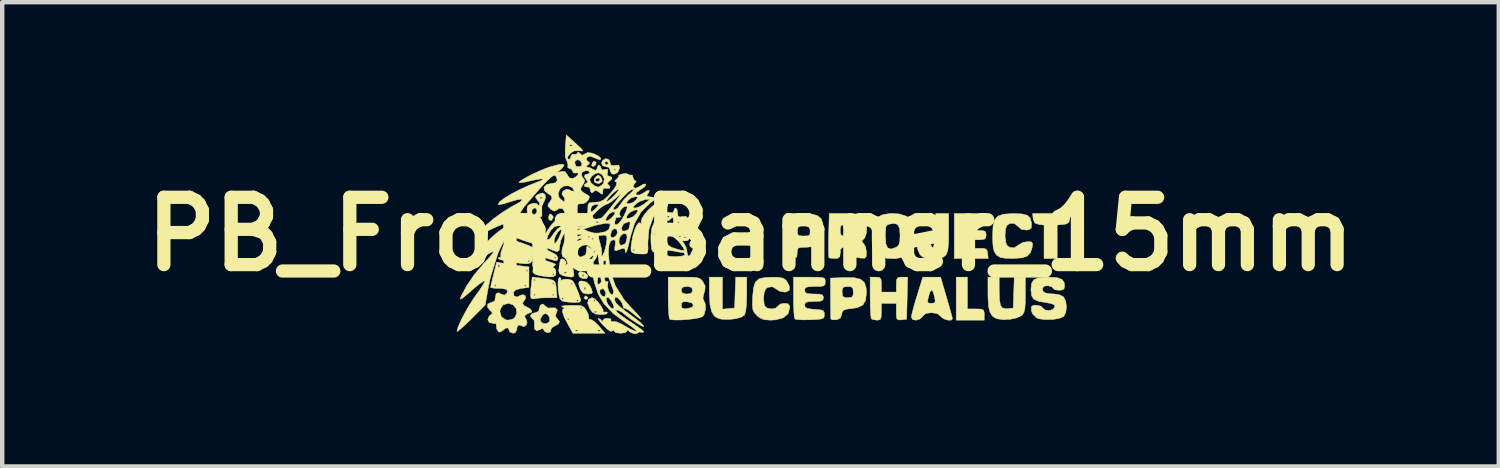
<source format=kicad_pcb>
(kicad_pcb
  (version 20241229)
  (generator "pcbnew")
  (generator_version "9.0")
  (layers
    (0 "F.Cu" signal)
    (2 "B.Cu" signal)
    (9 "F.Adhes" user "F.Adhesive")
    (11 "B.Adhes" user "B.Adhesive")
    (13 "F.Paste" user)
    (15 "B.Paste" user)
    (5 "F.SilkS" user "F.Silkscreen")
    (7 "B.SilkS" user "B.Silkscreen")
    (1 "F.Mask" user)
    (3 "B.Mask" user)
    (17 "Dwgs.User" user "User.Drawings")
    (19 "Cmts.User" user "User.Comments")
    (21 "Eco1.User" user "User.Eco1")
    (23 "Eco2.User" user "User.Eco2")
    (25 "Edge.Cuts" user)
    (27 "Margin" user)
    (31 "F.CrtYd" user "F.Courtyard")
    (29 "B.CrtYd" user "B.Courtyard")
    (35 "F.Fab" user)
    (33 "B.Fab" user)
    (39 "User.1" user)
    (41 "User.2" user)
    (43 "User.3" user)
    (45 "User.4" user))
  (footprint "PB_Front_Banner_15mm"
    (layer "F.Cu")
    (at 13.941 2.251)
    (property "Reference" "PB_Front_Banner_15mm" (at 0 0 0) (layer "F.SilkS") (effects (font (size 1.524 1.524) (thickness 0.3))))
    (attr through_hole)
    (fp_poly (pts (xy -3.495 -1.624) (xy -3.505 -1.569) (xy -3.549 -1.533) (xy -3.592 -1.545) (xy -3.592 -1.585) (xy -3.558 -1.645) (xy -3.535 -1.653) (xy -3.495 -1.624)) (stroke (width 0.01) (type solid)) (fill yes) (layer "F.SilkS"))
    (fp_poly (pts (xy -4.47 -0.403) (xy -4.466 -0.381) (xy -4.5 -0.317) (xy -4.519 -0.307) (xy -4.562 -0.327) (xy -4.572 -0.381) (xy -4.552 -0.448) (xy -4.519 -0.455) (xy -4.47 -0.403)) (stroke (width 0.01) (type solid)) (fill yes) (layer "F.SilkS"))
    (fp_poly (pts (xy -3.684 1.429) (xy -3.683 1.439) (xy -3.715 1.48) (xy -3.725 1.482) (xy -3.766 1.449) (xy -3.768 1.439) (xy -3.735 1.398) (xy -3.725 1.397) (xy -3.684 1.429)) (stroke (width 0.01) (type solid)) (fill yes) (layer "F.SilkS"))
    (fp_poly (pts (xy -1.242 0.408) (xy -1.236 0.42) (xy -1.256 0.459) (xy -1.291 0.466) (xy -1.344 0.444) (xy -1.347 0.42) (xy -1.303 0.376) (xy -1.291 0.375) (xy -1.242 0.408)) (stroke (width 0.01) (type solid)) (fill yes) (layer "F.SilkS"))
    (fp_poly (pts (xy 4.911 1.693) (xy 5.101 1.693) (xy 5.218 1.697) (xy 5.274 1.718) (xy 5.291 1.772) (xy 5.292 1.82) (xy 5.292 1.947) (xy 4.657 1.947) (xy 4.657 0.974) (xy 4.911 0.974) (xy 4.911 1.693)) (stroke (width 0.01) (type solid)) (fill yes) (layer "F.SilkS"))
    (fp_poly (pts (xy 7.231 -0.349) (xy 7.207 -0.265) (xy 7.141 -0.228) (xy 7.08 -0.22) (xy 6.943 -0.206) (xy 6.943 0.55) (xy 6.646 0.55) (xy 6.646 -0.206) (xy 6.53 -0.219) (xy 6.439 -0.25) (xy 6.403 -0.33) (xy 6.4 -0.349) (xy 6.387 -0.466) (xy 7.245 -0.466) (xy 7.231 -0.349)) (stroke (width 0.01) (type solid)) (fill yes) (layer "F.SilkS"))
    (fp_poly (pts (xy -4.08 -0.996) (xy -4.072 -0.924) (xy -4.109 -0.834) (xy -4.182 -0.821) (xy -4.229 -0.843) (xy -4.268 -0.904) (xy -4.266 -0.91) (xy -4.191 -0.91) (xy -4.17 -0.889) (xy -4.149 -0.91) (xy -4.17 -0.931) (xy -4.191 -0.91) (xy -4.266 -0.91) (xy -4.246 -0.971) (xy -4.177 -1.013) (xy -4.147 -1.016) (xy -4.08 -0.996)) (stroke (width 0.01) (type solid)) (fill yes) (layer "F.SilkS"))
    (fp_poly (pts (xy -3.756 0.87) (xy -3.692 0.926) (xy -3.683 0.957) (xy -3.715 1.007) (xy -3.802 1.002) (xy -3.842 0.988) (xy -3.884 0.943) (xy -3.886 0.931) (xy -3.81 0.931) (xy -3.795 0.966) (xy -3.782 0.96) (xy -3.777 0.909) (xy -3.782 0.903) (xy -3.807 0.909) (xy -3.81 0.931) (xy -3.886 0.931) (xy -3.892 0.882) (xy -3.862 0.847) (xy -3.856 0.847) (xy -3.756 0.87)) (stroke (width 0.01) (type solid)) (fill yes) (layer "F.SilkS"))
    (fp_poly (pts (xy -3.401 -1.308) (xy -3.39 -1.295) (xy -3.358 -1.223) (xy -3.364 -1.187) (xy -3.43 -1.146) (xy -3.509 -1.161) (xy -3.537 -1.189) (xy -3.536 -1.228) (xy -3.514 -1.228) (xy -3.483 -1.187) (xy -3.474 -1.185) (xy -3.416 -1.216) (xy -3.408 -1.228) (xy -3.417 -1.264) (xy -3.448 -1.27) (xy -3.506 -1.248) (xy -3.514 -1.228) (xy -3.536 -1.228) (xy -3.535 -1.253) (xy -3.504 -1.297) (xy -3.448 -1.337) (xy -3.401 -1.308)) (stroke (width 0.01) (type solid)) (fill yes) (layer "F.SilkS"))
    (fp_poly (pts (xy -3.707 1.088) (xy -3.627 1.182) (xy -3.602 1.239) (xy -3.578 1.32) (xy -3.605 1.35) (xy -3.685 1.355) (xy -3.789 1.334) (xy -3.848 1.26) (xy -3.853 1.246) (xy -3.859 1.228) (xy -3.768 1.228) (xy -3.752 1.263) (xy -3.739 1.256) (xy -3.734 1.206) (xy -3.739 1.199) (xy -3.765 1.205) (xy -3.768 1.228) (xy -3.859 1.228) (xy -3.889 1.132) (xy -3.881 1.075) (xy -3.827 1.059) (xy -3.821 1.059) (xy -3.707 1.088)) (stroke (width 0.01) (type solid)) (fill yes) (layer "F.SilkS"))
    (fp_poly (pts (xy -0.635 1.699) (xy -0.497 1.685) (xy -0.36 1.672) (xy -0.335 0.974) (xy -0.085 0.974) (xy -0.085 1.368) (xy -0.091 1.589) (xy -0.109 1.748) (xy -0.137 1.834) (xy -0.138 1.834) (xy -0.214 1.882) (xy -0.344 1.916) (xy -0.499 1.932) (xy -0.649 1.926) (xy -0.719 1.912) (xy -0.815 1.858) (xy -0.879 1.757) (xy -0.917 1.597) (xy -0.93 1.367) (xy -0.931 1.323) (xy -0.931 0.974) (xy -0.635 0.974) (xy -0.635 1.699)) (stroke (width 0.01) (type solid)) (fill yes) (layer "F.SilkS"))
    (fp_poly (pts (xy 4.487 -0.024) (xy 4.484 0.206) (xy 4.467 0.366) (xy 4.43 0.467) (xy 4.364 0.522) (xy 4.26 0.546) (xy 4.127 0.55) (xy 3.984 0.544) (xy 3.897 0.518) (xy 3.839 0.464) (xy 3.834 0.456) (xy 3.783 0.34) (xy 3.768 0.245) (xy 3.777 0.165) (xy 3.823 0.133) (xy 3.913 0.127) (xy 4.018 0.139) (xy 4.064 0.184) (xy 4.072 0.213) (xy 4.101 0.287) (xy 4.128 0.309) (xy 4.149 0.273) (xy 4.167 0.166) (xy 4.179 0.00046) (xy 4.182 -0.074) (xy 4.194 -0.466) (xy 4.487 -0.466) (xy 4.487 -0.024)) (stroke (width 0.01) (type solid)) (fill yes) (layer "F.SilkS"))
    (fp_poly (pts (xy 5.631 1.281) (xy 5.637 1.476) (xy 5.657 1.6) (xy 5.697 1.666) (xy 5.765 1.689) (xy 5.825 1.686) (xy 5.948 1.672) (xy 5.96 1.323) (xy 5.972 0.974) (xy 6.223 0.974) (xy 6.223 1.369) (xy 6.221 1.561) (xy 6.211 1.688) (xy 6.192 1.769) (xy 6.158 1.822) (xy 6.139 1.841) (xy 6.035 1.894) (xy 5.884 1.927) (xy 5.721 1.936) (xy 5.583 1.916) (xy 5.559 1.907) (xy 5.476 1.854) (xy 5.422 1.768) (xy 5.39 1.635) (xy 5.377 1.439) (xy 5.376 1.336) (xy 5.376 0.974) (xy 5.63 0.974) (xy 5.631 1.281)) (stroke (width 0.01) (type solid)) (fill yes) (layer "F.SilkS"))
    (fp_poly (pts (xy -4.221 0.574) (xy -4.174 0.63) (xy -4.176 0.67) (xy -4.187 0.716) (xy -4.162 0.688) (xy -4.154 0.678) (xy -4.101 0.642) (xy -4.053 0.687) (xy -4.013 0.808) (xy -4.007 0.836) (xy -3.996 0.93) (xy -4.021 0.967) (xy -4.076 0.971) (xy -4.194 0.952) (xy -4.263 0.931) (xy -4.323 0.894) (xy -4.332 0.861) (xy -4.219 0.861) (xy -4.213 0.886) (xy -4.191 0.889) (xy -4.156 0.874) (xy -4.163 0.861) (xy -4.213 0.856) (xy -4.219 0.861) (xy -4.332 0.861) (xy -4.341 0.83) (xy -4.331 0.732) (xy -4.312 0.617) (xy -4.293 0.565) (xy -4.262 0.559) (xy -4.221 0.574)) (stroke (width 0.01) (type solid)) (fill yes) (layer "F.SilkS"))
    (fp_poly (pts (xy 2.918 0.98) (xy 2.954 1.017) (xy 2.963 1.107) (xy 2.963 1.143) (xy 2.963 1.312) (xy 3.302 1.312) (xy 3.302 1.143) (xy 3.307 1.034) (xy 3.334 0.986) (xy 3.402 0.974) (xy 3.43 0.974) (xy 3.559 0.974) (xy 3.535 1.926) (xy 3.418 1.94) (xy 3.347 1.942) (xy 3.313 1.914) (xy 3.303 1.835) (xy 3.302 1.76) (xy 3.302 1.566) (xy 2.963 1.566) (xy 2.963 1.757) (xy 2.959 1.875) (xy 2.937 1.931) (xy 2.886 1.947) (xy 2.865 1.947) (xy 2.776 1.936) (xy 2.738 1.919) (xy 2.726 1.868) (xy 2.717 1.75) (xy 2.711 1.585) (xy 2.709 1.432) (xy 2.709 0.974) (xy 2.836 0.974) (xy 2.918 0.98)) (stroke (width 0.01) (type solid)) (fill yes) (layer "F.SilkS"))
    (fp_poly (pts (xy -4.729 0.565) (xy -4.713 0.57) (xy -4.587 0.615) (xy -4.482 0.65) (xy -4.467 0.655) (xy -4.412 0.682) (xy -4.434 0.713) (xy -4.446 0.721) (xy -4.48 0.754) (xy -4.456 0.761) (xy -4.416 0.798) (xy -4.403 0.868) (xy -4.415 0.931) (xy -4.46 0.963) (xy -4.553 0.969) (xy -4.708 0.949) (xy -4.784 0.936) (xy -4.867 0.91) (xy -4.487 0.91) (xy -4.466 0.931) (xy -4.445 0.91) (xy -4.466 0.889) (xy -4.487 0.91) (xy -4.867 0.91) (xy -4.88 0.906) (xy -4.927 0.865) (xy -4.928 0.857) (xy -4.922 0.776) (xy -4.917 0.696) (xy -4.899 0.625) (xy -4.869 0.614) (xy -4.845 0.607) (xy -4.851 0.576) (xy -4.858 0.539) (xy -4.822 0.535) (xy -4.729 0.565)) (stroke (width 0.01) (type solid)) (fill yes) (layer "F.SilkS"))
    (fp_poly (pts (xy -3.52 1.469) (xy -3.448 1.542) (xy -3.381 1.632) (xy -3.337 1.714) (xy -3.336 1.758) (xy -3.336 1.773) (xy -3.316 1.763) (xy -3.254 1.762) (xy -3.239 1.777) (xy -3.257 1.806) (xy -3.348 1.82) (xy -3.385 1.82) (xy -3.506 1.81) (xy -3.582 1.765) (xy -3.593 1.75) (xy -3.542 1.75) (xy -3.536 1.775) (xy -3.514 1.778) (xy -3.479 1.763) (xy -3.485 1.75) (xy -3.536 1.745) (xy -3.542 1.75) (xy -3.593 1.75) (xy -3.64 1.685) (xy -3.687 1.565) (xy -3.675 1.503) (xy -3.556 1.503) (xy -3.535 1.524) (xy -3.514 1.503) (xy -3.535 1.482) (xy -3.556 1.503) (xy -3.675 1.503) (xy -3.671 1.479) (xy -3.595 1.44) (xy -3.577 1.439) (xy -3.52 1.469)) (stroke (width 0.01) (type solid)) (fill yes) (layer "F.SilkS"))
    (fp_poly (pts (xy -3.203 -1.684) (xy -3.175 -1.61) (xy -3.155 -1.558) (xy -3.082 -1.554) (xy -3.065 -1.557) (xy -2.987 -1.562) (xy -2.966 -1.521) (xy -2.97 -1.477) (xy -3.007 -1.398) (xy -3.072 -1.359) (xy -3.137 -1.363) (xy -3.174 -1.418) (xy -3.175 -1.436) (xy -3.185 -1.46) (xy -3.09 -1.46) (xy -3.069 -1.439) (xy -3.048 -1.46) (xy -3.069 -1.482) (xy -3.09 -1.46) (xy -3.185 -1.46) (xy -3.204 -1.51) (xy -3.257 -1.524) (xy -3.347 -1.55) (xy -3.371 -1.609) (xy -3.302 -1.609) (xy -3.27 -1.568) (xy -3.26 -1.566) (xy -3.219 -1.599) (xy -3.217 -1.609) (xy -3.25 -1.65) (xy -3.26 -1.651) (xy -3.301 -1.619) (xy -3.302 -1.609) (xy -3.371 -1.609) (xy -3.373 -1.613) (xy -3.345 -1.672) (xy -3.272 -1.711) (xy -3.203 -1.684)) (stroke (width 0.01) (type solid)) (fill yes) (layer "F.SilkS"))
    (fp_poly (pts (xy -1.188 -0.097) (xy -1.15 -0.067) (xy -1.109 -0.007) (xy -1.135 0.053) (xy -1.146 0.067) (xy -1.196 0.145) (xy -1.21 0.186) (xy -1.225 0.282) (xy -1.252 0.319) (xy -1.289 0.325) (xy -1.357 0.29) (xy -1.376 0.259) (xy -1.372 0.212) (xy -1.312 0.212) (xy -1.297 0.247) (xy -1.284 0.24) (xy -1.279 0.19) (xy -1.284 0.183) (xy -1.309 0.189) (xy -1.312 0.212) (xy -1.372 0.212) (xy -1.369 0.181) (xy -1.342 0.149) (xy -1.303 0.076) (xy -1.316 0.014) (xy -1.316 -0.016) (xy -1.255 -0.016) (xy -1.249 0) (xy -1.211 0.04) (xy -1.204 0.042) (xy -1.186 0.01) (xy -1.185 0) (xy -1.218 -0.041) (xy -1.23 -0.042) (xy -1.255 -0.016) (xy -1.316 -0.016) (xy -1.317 -0.07) (xy -1.266 -0.111) (xy -1.188 -0.097)) (stroke (width 0.01) (type solid)) (fill yes) (layer "F.SilkS"))
    (fp_poly (pts (xy 1.36 -0.457) (xy 1.506 -0.424) (xy 1.594 -0.357) (xy 1.638 -0.245) (xy 1.651 -0.078) (xy 1.651 -0.066) (xy 1.633 0.108) (xy 1.572 0.219) (xy 1.456 0.278) (xy 1.273 0.296) (xy 1.261 0.296) (xy 1.139 0.299) (xy 1.079 0.318) (xy 1.06 0.367) (xy 1.058 0.423) (xy 1.048 0.513) (xy 0.998 0.546) (xy 0.931 0.55) (xy 0.804 0.55) (xy 0.804 -0.004) (xy 1.063 -0.004) (xy 1.095 0.034) (xy 1.183 0.042) (xy 1.206 0.042) (xy 1.308 0.037) (xy 1.347 0.006) (xy 1.349 -0.074) (xy 1.347 -0.095) (xy 1.328 -0.191) (xy 1.278 -0.228) (xy 1.206 -0.233) (xy 1.117 -0.222) (xy 1.079 -0.172) (xy 1.066 -0.095) (xy 1.063 -0.004) (xy 0.804 -0.004) (xy 0.804 -0.466) (xy 1.143 -0.466) (xy 1.36 -0.457)) (stroke (width 0.01) (type solid)) (fill yes) (layer "F.SilkS"))
    (fp_poly (pts (xy 2.346 0.986) (xy 2.491 1.02) (xy 2.578 1.093) (xy 2.618 1.213) (xy 2.625 1.325) (xy 2.607 1.495) (xy 2.546 1.602) (xy 2.426 1.662) (xy 2.295 1.683) (xy 2.167 1.7) (xy 2.1 1.726) (xy 2.072 1.776) (xy 2.066 1.815) (xy 2.035 1.902) (xy 1.951 1.938) (xy 1.937 1.94) (xy 1.852 1.938) (xy 1.817 1.918) (xy 1.816 1.864) (xy 1.815 1.744) (xy 1.813 1.579) (xy 1.813 1.439) (xy 1.812 1.312) (xy 2.074 1.312) (xy 2.085 1.402) (xy 2.134 1.435) (xy 2.201 1.439) (xy 2.291 1.429) (xy 2.324 1.379) (xy 2.328 1.312) (xy 2.318 1.222) (xy 2.268 1.189) (xy 2.201 1.185) (xy 2.111 1.196) (xy 2.078 1.245) (xy 2.074 1.312) (xy 1.812 1.312) (xy 1.81 0.995) (xy 2.131 0.983) (xy 2.346 0.986)) (stroke (width 0.01) (type solid)) (fill yes) (layer "F.SilkS"))
    (fp_poly (pts (xy 4.438 1.429) (xy 4.492 1.614) (xy 4.535 1.769) (xy 4.564 1.876) (xy 4.572 1.916) (xy 4.54 1.948) (xy 4.465 1.946) (xy 4.379 1.919) (xy 4.314 1.871) (xy 4.308 1.863) (xy 4.231 1.798) (xy 4.098 1.778) (xy 3.971 1.795) (xy 3.9 1.853) (xy 3.895 1.863) (xy 3.832 1.923) (xy 3.748 1.948) (xy 3.674 1.935) (xy 3.641 1.882) (xy 3.641 1.88) (xy 3.653 1.813) (xy 3.685 1.686) (xy 3.733 1.519) (xy 3.737 1.504) (xy 4.011 1.504) (xy 4.017 1.553) (xy 4.063 1.566) (xy 4.094 1.566) (xy 4.163 1.558) (xy 4.182 1.516) (xy 4.169 1.429) (xy 4.134 1.304) (xy 4.101 1.264) (xy 4.065 1.308) (xy 4.036 1.397) (xy 4.011 1.504) (xy 3.737 1.504) (xy 3.771 1.393) (xy 3.901 0.974) (xy 4.304 0.974) (xy 4.438 1.429)) (stroke (width 0.01) (type solid)) (fill yes) (layer "F.SilkS"))
    (fp_poly (pts (xy 5.176 -0.465) (xy 5.288 -0.459) (xy 5.348 -0.445) (xy 5.372 -0.416) (xy 5.376 -0.369) (xy 5.376 -0.36) (xy 5.37 -0.299) (xy 5.338 -0.268) (xy 5.26 -0.256) (xy 5.144 -0.254) (xy 5.009 -0.25) (xy 4.939 -0.234) (xy 4.913 -0.199) (xy 4.911 -0.169) (xy 4.922 -0.119) (xy 4.969 -0.093) (xy 5.073 -0.085) (xy 5.122 -0.085) (xy 5.248 -0.081) (xy 5.311 -0.064) (xy 5.332 -0.021) (xy 5.334 0.021) (xy 5.327 0.084) (xy 5.292 0.115) (xy 5.207 0.126) (xy 5.122 0.127) (xy 4.996 0.131) (xy 4.934 0.148) (xy 4.912 0.19) (xy 4.911 0.226) (xy 4.918 0.284) (xy 4.953 0.313) (xy 5.037 0.322) (xy 5.133 0.322) (xy 5.263 0.322) (xy 5.331 0.337) (xy 5.359 0.378) (xy 5.369 0.434) (xy 5.382 0.55) (xy 4.614 0.55) (xy 4.614 -0.466) (xy 4.995 -0.466) (xy 5.176 -0.465)) (stroke (width 0.01) (type solid)) (fill yes) (layer "F.SilkS"))
    (fp_poly (pts (xy 0.647 0.979) (xy 0.739 0.997) (xy 0.797 1.036) (xy 0.823 1.068) (xy 0.885 1.189) (xy 0.877 1.272) (xy 0.8 1.31) (xy 0.767 1.312) (xy 0.66 1.291) (xy 0.593 1.249) (xy 0.498 1.191) (xy 0.392 1.204) (xy 0.347 1.236) (xy 0.311 1.317) (xy 0.297 1.441) (xy 0.307 1.57) (xy 0.322 1.626) (xy 0.379 1.676) (xy 0.475 1.693) (xy 0.569 1.676) (xy 0.62 1.63) (xy 0.677 1.582) (xy 0.767 1.566) (xy 0.856 1.579) (xy 0.887 1.631) (xy 0.888 1.662) (xy 0.852 1.801) (xy 0.744 1.894) (xy 0.566 1.941) (xy 0.445 1.947) (xy 0.298 1.934) (xy 0.194 1.885) (xy 0.142 1.839) (xy 0.086 1.776) (xy 0.055 1.711) (xy 0.044 1.618) (xy 0.046 1.474) (xy 0.049 1.417) (xy 0.068 1.219) (xy 0.109 1.09) (xy 0.187 1.016) (xy 0.318 0.983) (xy 0.495 0.975) (xy 0.647 0.979)) (stroke (width 0.01) (type solid)) (fill yes) (layer "F.SilkS"))
    (fp_poly (pts (xy -5.186 0.197) (xy -5.037 0.252) (xy -4.926 0.302) (xy -4.871 0.339) (xy -4.868 0.345) (xy -4.895 0.365) (xy -4.917 0.356) (xy -4.946 0.351) (xy -4.935 0.375) (xy -4.922 0.45) (xy -4.932 0.551) (xy -4.951 0.614) (xy -4.984 0.653) (xy -5.045 0.67) (xy -5.152 0.667) (xy -5.317 0.646) (xy -5.45 0.626) (xy -5.512 0.614) (xy -5.038 0.614) (xy -5.016 0.635) (xy -4.995 0.614) (xy -5.016 0.593) (xy -5.038 0.614) (xy -5.512 0.614) (xy -5.587 0.599) (xy -5.683 0.569) (xy -5.715 0.544) (xy -5.689 0.522) (xy -5.673 0.529) (xy -5.649 0.522) (xy -5.655 0.493) (xy -5.651 0.42) (xy -5.614 0.309) (xy -5.591 0.261) (xy -5.545 0.169) (xy -5.503 0.169) (xy -5.488 0.204) (xy -5.475 0.198) (xy -5.47 0.147) (xy -5.475 0.141) (xy -5.5 0.147) (xy -5.503 0.169) (xy -5.545 0.169) (xy -5.504 0.09) (xy -5.186 0.197)) (stroke (width 0.01) (type solid)) (fill yes) (layer "F.SilkS"))
    (fp_poly (pts (xy -4.725 0.998) (xy -4.565 1.018) (xy -4.471 1.043) (xy -4.424 1.087) (xy -4.404 1.163) (xy -4.396 1.246) (xy -4.381 1.439) (xy -4.6 1.439) (xy -4.738 1.444) (xy -4.847 1.455) (xy -4.882 1.463) (xy -4.95 1.464) (xy -4.969 1.448) (xy -4.978 1.387) (xy -4.977 1.376) (xy -4.911 1.376) (xy -4.889 1.397) (xy -4.868 1.376) (xy -4.487 1.376) (xy -4.466 1.397) (xy -4.445 1.376) (xy -4.466 1.355) (xy -4.487 1.376) (xy -4.868 1.376) (xy -4.889 1.355) (xy -4.911 1.376) (xy -4.977 1.376) (xy -4.975 1.272) (xy -4.967 1.191) (xy -4.959 1.122) (xy -4.487 1.122) (xy -4.466 1.143) (xy -4.445 1.122) (xy -4.466 1.101) (xy -4.487 1.122) (xy -4.959 1.122) (xy -4.949 1.037) (xy -4.911 1.037) (xy -4.889 1.058) (xy -4.868 1.037) (xy -4.889 1.016) (xy -4.911 1.037) (xy -4.949 1.037) (xy -4.941 0.972) (xy -4.725 0.998)) (stroke (width 0.01) (type solid)) (fill yes) (layer "F.SilkS"))
    (fp_poly (pts (xy -4.29 1.005) (xy -4.291 1.027) (xy -4.293 1.056) (xy -4.286 1.048) (xy -4.232 1.022) (xy -4.139 1.02) (xy -4.05 1.041) (xy -4.036 1.049) (xy -3.996 1.103) (xy -3.944 1.21) (xy -3.891 1.34) (xy -3.849 1.467) (xy -3.841 1.502) (xy -3.87 1.538) (xy -3.979 1.549) (xy -4.154 1.536) (xy -4.261 1.514) (xy -4.273 1.503) (xy -3.937 1.503) (xy -3.916 1.524) (xy -3.895 1.503) (xy -3.916 1.482) (xy -3.937 1.503) (xy -4.273 1.503) (xy -4.313 1.463) (xy -4.314 1.46) (xy -4.276 1.46) (xy -4.255 1.482) (xy -4.233 1.46) (xy -4.255 1.439) (xy -4.276 1.46) (xy -4.314 1.46) (xy -4.334 1.389) (xy -4.355 1.241) (xy -4.358 1.122) (xy -4.064 1.122) (xy -4.043 1.143) (xy -4.022 1.122) (xy -4.043 1.101) (xy -4.064 1.122) (xy -4.358 1.122) (xy -4.359 1.107) (xy -4.346 1.01) (xy -4.319 0.974) (xy -4.29 1.005)) (stroke (width 0.01) (type solid)) (fill yes) (layer "F.SilkS"))
    (fp_poly (pts (xy -1.968 -0.75) (xy -1.99 -0.678) (xy -2.046 -0.6) (xy -2.203 -0.378) (xy -2.298 -0.111) (xy -2.323 0.178) (xy -2.323 0.182) (xy -2.319 0.326) (xy -2.327 0.405) (xy -2.354 0.44) (xy -2.406 0.45) (xy -2.416 0.45) (xy -2.545 0.446) (xy -2.62 0.436) (xy -2.68 0.416) (xy -2.705 0.374) (xy -2.705 0.36) (xy -2.667 0.36) (xy -2.646 0.381) (xy -2.625 0.36) (xy -2.646 0.339) (xy -2.667 0.36) (xy -2.705 0.36) (xy -2.704 0.283) (xy -2.696 0.219) (xy -2.667 0.055) (xy -2.625 -0.09) (xy -2.577 -0.2) (xy -2.53 -0.259) (xy -2.491 -0.251) (xy -2.464 -0.222) (xy -2.471 -0.267) (xy -2.474 -0.277) (xy -2.46 -0.35) (xy -2.399 -0.449) (xy -2.311 -0.551) (xy -2.214 -0.64) (xy -2.127 -0.694) (xy -2.072 -0.697) (xy -2.039 -0.688) (xy -2.047 -0.71) (xy -2.049 -0.768) (xy -2.036 -0.781) (xy -1.983 -0.792) (xy -1.968 -0.75)) (stroke (width 0.01) (type solid)) (fill yes) (layer "F.SilkS"))
    (fp_poly (pts (xy 6.152 -0.457) (xy 6.269 -0.426) (xy 6.332 -0.363) (xy 6.36 -0.258) (xy 6.363 -0.226) (xy 6.356 -0.138) (xy 6.302 -0.101) (xy 6.25 -0.092) (xy 6.132 -0.108) (xy 6.068 -0.166) (xy 5.977 -0.24) (xy 5.875 -0.244) (xy 5.802 -0.194) (xy 5.775 -0.117) (xy 5.764 0.008) (xy 5.765 0.066) (xy 5.782 0.196) (xy 5.817 0.267) (xy 5.875 0.301) (xy 5.971 0.31) (xy 6.055 0.253) (xy 6.164 0.189) (xy 6.271 0.169) (xy 6.359 0.176) (xy 6.388 0.212) (xy 6.377 0.303) (xy 6.376 0.307) (xy 6.336 0.425) (xy 6.263 0.499) (xy 6.139 0.538) (xy 5.951 0.55) (xy 5.925 0.55) (xy 5.762 0.545) (xy 5.659 0.527) (xy 5.59 0.488) (xy 5.563 0.461) (xy 5.52 0.397) (xy 5.495 0.306) (xy 5.484 0.167) (xy 5.482 0.034) (xy 5.491 -0.179) (xy 5.527 -0.322) (xy 5.603 -0.409) (xy 5.731 -0.452) (xy 5.925 -0.465) (xy 5.969 -0.466) (xy 6.152 -0.457)) (stroke (width 0.01) (type solid)) (fill yes) (layer "F.SilkS"))
    (fp_poly (pts (xy -4.655 1.615) (xy -4.649 1.624) (xy -4.58 1.674) (xy -4.511 1.669) (xy -4.418 1.67) (xy -4.373 1.717) (xy -4.395 1.79) (xy -4.4 1.795) (xy -4.42 1.857) (xy -4.382 1.905) (xy -4.324 1.977) (xy -4.347 2.034) (xy -4.424 2.074) (xy -4.499 2.121) (xy -4.519 2.166) (xy -4.537 2.217) (xy -4.595 2.231) (xy -4.654 2.206) (xy -4.673 2.177) (xy -4.708 2.131) (xy -4.761 2.158) (xy -4.839 2.188) (xy -4.889 2.15) (xy -4.895 2.059) (xy -4.893 2.051) (xy -4.897 1.953) (xy -4.932 1.918) (xy -4.757 1.918) (xy -4.756 1.97) (xy -4.699 2.022) (xy -4.617 2.026) (xy -4.551 1.98) (xy -4.544 1.965) (xy -4.55 1.884) (xy -4.581 1.835) (xy -4.638 1.794) (xy -4.691 1.819) (xy -4.712 1.84) (xy -4.757 1.918) (xy -4.932 1.918) (xy -4.938 1.913) (xy -4.982 1.859) (xy -4.958 1.806) (xy -4.879 1.778) (xy -4.866 1.778) (xy -4.797 1.747) (xy -4.784 1.696) (xy -4.761 1.611) (xy -4.71 1.58) (xy -4.655 1.615)) (stroke (width 0.01) (type solid)) (fill yes) (layer "F.SilkS"))
    (fp_poly (pts (xy 3.37 -0.457) (xy 3.528 -0.406) (xy 3.571 -0.378) (xy 3.629 -0.325) (xy 3.663 -0.265) (xy 3.678 -0.175) (xy 3.683 -0.029) (xy 3.683 0.026) (xy 3.68 0.195) (xy 3.666 0.305) (xy 3.635 0.379) (xy 3.582 0.443) (xy 3.579 0.446) (xy 3.454 0.52) (xy 3.284 0.555) (xy 3.102 0.55) (xy 2.937 0.506) (xy 2.863 0.463) (xy 2.807 0.412) (xy 2.773 0.354) (xy 2.757 0.267) (xy 2.752 0.127) (xy 2.752 0.043) (xy 3.048 0.043) (xy 3.062 0.216) (xy 3.106 0.313) (xy 3.185 0.338) (xy 3.304 0.295) (xy 3.305 0.295) (xy 3.355 0.249) (xy 3.38 0.167) (xy 3.387 0.025) (xy 3.387 0.024) (xy 3.375 -0.133) (xy 3.332 -0.219) (xy 3.249 -0.244) (xy 3.15 -0.228) (xy 3.093 -0.206) (xy 3.062 -0.161) (xy 3.05 -0.072) (xy 3.048 0.043) (xy 2.752 0.043) (xy 2.752 0.042) (xy 2.754 -0.127) (xy 2.764 -0.235) (xy 2.789 -0.303) (xy 2.835 -0.355) (xy 2.863 -0.378) (xy 3.003 -0.443) (xy 3.183 -0.47) (xy 3.37 -0.457)) (stroke (width 0.01) (type solid)) (fill yes) (layer "F.SilkS"))
    (fp_poly (pts (xy 1.508 0.975) (xy 1.614 0.981) (xy 1.669 0.997) (xy 1.69 1.029) (xy 1.693 1.079) (xy 1.687 1.14) (xy 1.655 1.172) (xy 1.577 1.184) (xy 1.46 1.185) (xy 1.326 1.189) (xy 1.256 1.205) (xy 1.23 1.24) (xy 1.228 1.27) (xy 1.239 1.321) (xy 1.286 1.346) (xy 1.39 1.354) (xy 1.439 1.355) (xy 1.566 1.359) (xy 1.63 1.378) (xy 1.65 1.42) (xy 1.651 1.439) (xy 1.64 1.49) (xy 1.593 1.515) (xy 1.488 1.524) (xy 1.439 1.524) (xy 1.312 1.529) (xy 1.249 1.548) (xy 1.228 1.59) (xy 1.228 1.606) (xy 1.241 1.656) (xy 1.292 1.684) (xy 1.403 1.699) (xy 1.45 1.702) (xy 1.58 1.713) (xy 1.646 1.734) (xy 1.67 1.776) (xy 1.672 1.82) (xy 1.668 1.874) (xy 1.643 1.907) (xy 1.579 1.924) (xy 1.46 1.934) (xy 1.353 1.938) (xy 1.195 1.941) (xy 1.073 1.935) (xy 1.007 1.923) (xy 1.004 1.921) (xy 0.991 1.869) (xy 0.982 1.75) (xy 0.975 1.585) (xy 0.974 1.432) (xy 0.974 0.974) (xy 1.333 0.974) (xy 1.508 0.975)) (stroke (width 0.01) (type solid)) (fill yes) (layer "F.SilkS"))
    (fp_poly (pts (xy -1.328 0.975) (xy -1.216 0.984) (xy -1.148 1.004) (xy -1.103 1.042) (xy -1.073 1.084) (xy -1.026 1.179) (xy -1.033 1.273) (xy -1.05 1.325) (xy -1.077 1.446) (xy -1.058 1.499) (xy -1.022 1.583) (xy -1.02 1.702) (xy -1.047 1.814) (xy -1.082 1.865) (xy -1.152 1.892) (xy -1.276 1.915) (xy -1.43 1.933) (xy -1.588 1.943) (xy -1.724 1.944) (xy -1.813 1.933) (xy -1.831 1.924) (xy -1.844 1.87) (xy -1.854 1.751) (xy -1.86 1.609) (xy -1.566 1.609) (xy -1.553 1.67) (xy -1.497 1.689) (xy -1.429 1.685) (xy -1.323 1.657) (xy -1.291 1.609) (xy -1.331 1.556) (xy -1.429 1.532) (xy -1.524 1.531) (xy -1.562 1.564) (xy -1.566 1.609) (xy -1.86 1.609) (xy -1.861 1.585) (xy -1.863 1.432) (xy -1.863 1.27) (xy -1.566 1.27) (xy -1.546 1.332) (xy -1.472 1.354) (xy -1.439 1.355) (xy -1.346 1.341) (xy -1.314 1.292) (xy -1.312 1.27) (xy -1.332 1.208) (xy -1.407 1.186) (xy -1.439 1.185) (xy -1.532 1.199) (xy -1.565 1.248) (xy -1.566 1.27) (xy -1.863 1.27) (xy -1.863 0.974) (xy -1.504 0.974) (xy -1.328 0.975)) (stroke (width 0.01) (type solid)) (fill yes) (layer "F.SilkS"))
    (fp_poly (pts (xy -3.912 1.613) (xy -3.821 1.625) (xy -3.765 1.658) (xy -3.72 1.72) (xy -3.711 1.736) (xy -3.667 1.832) (xy -3.659 1.9) (xy -3.662 1.905) (xy -3.655 1.932) (xy -3.632 1.929) (xy -3.576 1.949) (xy -3.491 2.019) (xy -3.435 2.078) (xy -3.292 2.244) (xy -4.018 2.244) (xy -4.059 2.173) (xy -3.965 2.173) (xy -3.959 2.198) (xy -3.937 2.201) (xy -3.902 2.186) (xy -3.909 2.173) (xy -3.457 2.173) (xy -3.451 2.198) (xy -3.429 2.201) (xy -3.394 2.186) (xy -3.401 2.173) (xy -3.451 2.168) (xy -3.457 2.173) (xy -3.909 2.173) (xy -3.959 2.168) (xy -3.965 2.173) (xy -4.059 2.173) (xy -4.121 2.064) (xy -4.193 1.926) (xy -4.149 1.926) (xy -4.128 1.947) (xy -4.106 1.926) (xy -4.128 1.905) (xy -4.149 1.926) (xy -4.193 1.926) (xy -4.218 1.879) (xy -4.259 1.756) (xy -4.246 1.696) (xy -4.226 1.69) (xy -4.213 1.675) (xy -4.218 1.672) (xy -3.852 1.672) (xy -3.831 1.693) (xy -3.81 1.672) (xy -3.831 1.651) (xy -3.852 1.672) (xy -4.218 1.672) (xy -4.255 1.651) (xy -4.275 1.631) (xy -4.219 1.618) (xy -4.083 1.612) (xy -4.063 1.612) (xy -3.912 1.613)) (stroke (width 0.01) (type solid)) (fill yes) (layer "F.SilkS"))
    (fp_poly (pts (xy 2.315 -0.463) (xy 2.433 -0.45) (xy 2.508 -0.425) (xy 2.559 -0.383) (xy 2.56 -0.383) (xy 2.611 -0.282) (xy 2.632 -0.147) (xy 2.623 -0.012) (xy 2.584 0.089) (xy 2.563 0.11) (xy 2.519 0.155) (xy 2.547 0.2) (xy 2.561 0.211) (xy 2.605 0.288) (xy 2.625 0.402) (xy 2.625 0.41) (xy 2.619 0.507) (xy 2.584 0.544) (xy 2.496 0.543) (xy 2.487 0.542) (xy 2.388 0.52) (xy 2.346 0.464) (xy 2.336 0.413) (xy 2.316 0.333) (xy 2.261 0.301) (xy 2.177 0.296) (xy 2.079 0.304) (xy 2.039 0.341) (xy 2.032 0.423) (xy 2.021 0.513) (xy 1.972 0.547) (xy 1.912 0.55) (xy 1.819 0.545) (xy 1.774 0.533) (xy 1.769 0.486) (xy 1.766 0.372) (xy 1.766 0.209) (xy 1.77 0.025) (xy 1.773 -0.085) (xy 2.032 -0.085) (xy 2.038 0.001) (xy 2.073 0.035) (xy 2.161 0.037) (xy 2.191 0.034) (xy 2.296 0.018) (xy 2.341 -0.02) (xy 2.349 -0.085) (xy 2.338 -0.156) (xy 2.287 -0.19) (xy 2.191 -0.204) (xy 2.087 -0.207) (xy 2.042 -0.182) (xy 2.032 -0.11) (xy 2.032 -0.085) (xy 1.773 -0.085) (xy 1.783 -0.466) (xy 2.134 -0.466) (xy 2.315 -0.463)) (stroke (width 0.01) (type solid)) (fill yes) (layer "F.SilkS"))
    (fp_poly (pts (xy 6.941 0.985) (xy 7.051 1.024) (xy 7.103 1.098) (xy 7.112 1.173) (xy 7.096 1.243) (xy 7.033 1.268) (xy 6.985 1.27) (xy 6.896 1.259) (xy 6.858 1.233) (xy 6.858 1.233) (xy 6.822 1.192) (xy 6.742 1.169) (xy 6.658 1.174) (xy 6.657 1.175) (xy 6.608 1.223) (xy 6.62 1.289) (xy 6.671 1.329) (xy 6.759 1.347) (xy 6.878 1.355) (xy 6.88 1.355) (xy 6.998 1.374) (xy 7.087 1.42) (xy 7.088 1.421) (xy 7.136 1.516) (xy 7.153 1.646) (xy 7.138 1.774) (xy 7.091 1.863) (xy 7.088 1.865) (xy 6.991 1.907) (xy 6.845 1.931) (xy 6.684 1.935) (xy 6.541 1.918) (xy 6.477 1.895) (xy 6.383 1.803) (xy 6.358 1.724) (xy 6.359 1.642) (xy 6.404 1.612) (xy 6.47 1.609) (xy 6.574 1.63) (xy 6.62 1.675) (xy 6.676 1.721) (xy 6.766 1.728) (xy 6.851 1.7) (xy 6.891 1.646) (xy 6.88 1.602) (xy 6.815 1.572) (xy 6.681 1.548) (xy 6.513 1.518) (xy 6.413 1.471) (xy 6.364 1.392) (xy 6.35 1.267) (xy 6.35 1.245) (xy 6.363 1.118) (xy 6.41 1.037) (xy 6.505 0.993) (xy 6.664 0.975) (xy 6.762 0.974) (xy 6.941 0.985)) (stroke (width 0.01) (type solid)) (fill yes) (layer "F.SilkS"))
    (fp_poly (pts (xy -4.652 -0.898) (xy -4.64 -0.824) (xy -4.667 -0.747) (xy -4.678 -0.735) (xy -4.723 -0.633) (xy -4.723 -0.526) (xy -4.721 -0.422) (xy -4.753 -0.382) (xy -4.766 -0.381) (xy -4.82 -0.358) (xy -4.826 -0.34) (xy -4.858 -0.318) (xy -4.896 -0.326) (xy -4.949 -0.338) (xy -4.946 -0.316) (xy -4.899 -0.276) (xy -4.825 -0.23) (xy -4.785 -0.212) (xy -4.699 -0.172) (xy -4.666 -0.128) (xy -4.681 -0.059) (xy -4.743 0.058) (xy -4.752 0.074) (xy -4.847 0.24) (xy -5.123 0.148) (xy -4.911 0.148) (xy -4.889 0.169) (xy -4.868 0.148) (xy -4.889 0.127) (xy -4.911 0.148) (xy -5.123 0.148) (xy -5.154 0.138) (xy -5.3 0.085) (xy -5.408 0.039) (xy -5.459 0.008) (xy -5.461 0.005) (xy -5.45 -0.021) (xy -5.376 -0.021) (xy -5.355 0) (xy -5.334 -0.021) (xy -5.355 -0.042) (xy -5.376 -0.021) (xy -5.45 -0.021) (xy -5.44 -0.045) (xy -5.406 -0.106) (xy -4.741 -0.106) (xy -4.72 -0.085) (xy -4.699 -0.106) (xy -4.72 -0.127) (xy -4.741 -0.106) (xy -5.406 -0.106) (xy -5.386 -0.142) (xy -5.334 -0.226) (xy -5.272 -0.318) (xy -5.207 -0.318) (xy -5.186 -0.296) (xy -5.165 -0.318) (xy -5.186 -0.339) (xy -5.207 -0.318) (xy -5.272 -0.318) (xy -5.258 -0.339) (xy -5.205 -0.391) (xy -5.156 -0.395) (xy -5.119 -0.379) (xy -5.045 -0.356) (xy -4.997 -0.364) (xy -4.998 -0.395) (xy -5.022 -0.415) (xy -5.051 -0.473) (xy -5.054 -0.504) (xy -4.953 -0.504) (xy -4.931 -0.442) (xy -4.883 -0.441) (xy -4.841 -0.495) (xy -4.833 -0.522) (xy -4.852 -0.583) (xy -4.886 -0.593) (xy -4.941 -0.557) (xy -4.953 -0.504) (xy -5.054 -0.504) (xy -5.059 -0.565) (xy -5.042 -0.64) (xy -5.034 -0.651) (xy -4.967 -0.686) (xy -4.888 -0.7) (xy -4.833 -0.691) (xy -4.826 -0.678) (xy -4.8 -0.65) (xy -4.783 -0.656) (xy -4.772 -0.703) (xy -4.805 -0.747) (xy -4.856 -0.813) (xy -4.864 -0.833) (xy -4.77 -0.833) (xy -4.764 -0.807) (xy -4.741 -0.804) (xy -4.706 -0.82) (xy -4.713 -0.833) (xy -4.763 -0.838) (xy -4.77 -0.833) (xy -4.864 -0.833) (xy -4.868 -0.845) (xy -4.834 -0.887) (xy -4.757 -0.922) (xy -4.7 -0.931) (xy -4.652 -0.898)) (stroke (width 0.01) (type solid)) (fill yes) (layer "F.SilkS"))
    (fp_poly (pts (xy -5.605 0.66) (xy -5.477 0.681) (xy -5.316 0.704) (xy -5.24 0.714) (xy -5.016 0.741) (xy -5.016 1.206) (xy -5.186 1.228) (xy -5.315 1.26) (xy -5.366 1.317) (xy -5.367 1.32) (xy -5.352 1.4) (xy -5.29 1.424) (xy -5.225 1.394) (xy -5.153 1.368) (xy -5.099 1.395) (xy -5.089 1.452) (xy -5.114 1.49) (xy -5.161 1.562) (xy -5.13 1.616) (xy -5.059 1.651) (xy -4.985 1.695) (xy -4.95 1.744) (xy -4.967 1.776) (xy -4.985 1.779) (xy -5.045 1.799) (xy -5.077 1.818) (xy -5.116 1.86) (xy -5.087 1.918) (xy -5.083 1.923) (xy -5.057 1.996) (xy -5.08 2.063) (xy -5.133 2.094) (xy -5.185 2.075) (xy -5.248 2.054) (xy -5.286 2.108) (xy -5.292 2.166) (xy -5.325 2.231) (xy -5.376 2.244) (xy -5.445 2.217) (xy -5.461 2.18) (xy -5.487 2.124) (xy -5.546 2.128) (xy -5.604 2.179) (xy -5.671 2.218) (xy -5.708 2.207) (xy -5.749 2.14) (xy -5.75 2.091) (xy -5.76 2.03) (xy -5.827 2.02) (xy -5.914 2) (xy -5.948 1.936) (xy -5.918 1.859) (xy -5.896 1.839) (xy -5.845 1.792) (xy -5.861 1.757) (xy -5.673 1.757) (xy -5.637 1.875) (xy -5.541 1.94) (xy -5.482 1.947) (xy -5.385 1.924) (xy -5.342 1.897) (xy -5.291 1.795) (xy -5.304 1.688) (xy -5.371 1.602) (xy -5.48 1.566) (xy -5.482 1.566) (xy -5.6 1.602) (xy -5.665 1.698) (xy -5.673 1.757) (xy -5.861 1.757) (xy -5.862 1.754) (xy -5.901 1.724) (xy -5.957 1.649) (xy -5.946 1.581) (xy -5.874 1.546) (xy -5.86 1.545) (xy -5.792 1.515) (xy -5.779 1.454) (xy -5.76 1.352) (xy -5.709 1.324) (xy -5.654 1.352) (xy -5.574 1.382) (xy -5.516 1.343) (xy -5.503 1.289) (xy -5.531 1.248) (xy -5.624 1.23) (xy -5.694 1.228) (xy -5.807 1.223) (xy -5.876 1.211) (xy -5.884 1.205) (xy -5.877 1.164) (xy -5.8 1.164) (xy -5.779 1.185) (xy -5.757 1.164) (xy -5.122 1.164) (xy -5.101 1.185) (xy -5.08 1.164) (xy -5.101 1.143) (xy -5.122 1.164) (xy -5.757 1.164) (xy -5.779 1.143) (xy -5.8 1.164) (xy -5.877 1.164) (xy -5.875 1.155) (xy -5.85 1.047) (xy -5.815 0.907) (xy -5.795 0.826) (xy -5.08 0.826) (xy -5.059 0.847) (xy -5.038 0.826) (xy -5.059 0.804) (xy -5.08 0.826) (xy -5.795 0.826) (xy -5.768 0.72) (xy -5.715 0.72) (xy -5.7 0.755) (xy -5.687 0.748) (xy -5.682 0.698) (xy -5.687 0.691) (xy -5.712 0.697) (xy -5.715 0.72) (xy -5.768 0.72) (xy -5.747 0.633) (xy -5.605 0.66)) (stroke (width 0.01) (type solid)) (fill yes) (layer "F.SilkS"))
    (fp_poly (pts (xy -1.871 -0.682) (xy -1.886 -0.624) (xy -1.94 -0.53) (xy -1.971 -0.487) (xy -2.04 -0.392) (xy -2.061 -0.334) (xy -2.038 -0.285) (xy -2.009 -0.252) (xy -1.935 -0.197) (xy -1.889 -0.211) (xy -1.826 -0.254) (xy -1.8 -0.239) (xy -1.831 -0.18) (xy -1.835 -0.177) (xy -1.895 -0.099) (xy -1.888 -0.057) (xy -1.821 -0.03) (xy -1.771 -0.026) (xy -1.747 -0.059) (xy -1.741 -0.15) (xy -1.742 -0.216) (xy -1.744 -0.254) (xy -1.651 -0.254) (xy -1.636 -0.219) (xy -1.623 -0.226) (xy -1.62 -0.254) (xy -1.524 -0.254) (xy -1.492 -0.213) (xy -1.482 -0.212) (xy -1.441 -0.244) (xy -1.439 -0.254) (xy -1.472 -0.295) (xy -1.482 -0.296) (xy -1.523 -0.264) (xy -1.524 -0.254) (xy -1.62 -0.254) (xy -1.618 -0.276) (xy -1.623 -0.282) (xy -1.648 -0.276) (xy -1.651 -0.254) (xy -1.744 -0.254) (xy -1.748 -0.335) (xy -1.761 -0.382) (xy -1.787 -0.368) (xy -1.8 -0.351) (xy -1.853 -0.303) (xy -1.912 -0.327) (xy -1.919 -0.333) (xy -1.967 -0.408) (xy -1.967 -0.409) (xy -1.891 -0.409) (xy -1.885 -0.384) (xy -1.863 -0.381) (xy -1.828 -0.396) (xy -1.834 -0.409) (xy -1.885 -0.414) (xy -1.891 -0.409) (xy -1.967 -0.409) (xy -1.946 -0.471) (xy -1.87 -0.494) (xy -1.836 -0.489) (xy -1.757 -0.485) (xy -1.736 -0.528) (xy -1.713 -0.585) (xy -1.693 -0.593) (xy -1.662 -0.556) (xy -1.651 -0.482) (xy -1.64 -0.404) (xy -1.591 -0.389) (xy -1.545 -0.398) (xy -1.465 -0.404) (xy -1.439 -0.382) (xy -1.405 -0.344) (xy -1.373 -0.339) (xy -1.328 -0.318) (xy -1.336 -0.243) (xy -1.379 -0.155) (xy -1.413 -0.117) (xy -1.494 -0.087) (xy -1.554 -0.1) (xy -1.566 -0.127) (xy -1.599 -0.168) (xy -1.609 -0.169) (xy -1.641 -0.133) (xy -1.651 -0.066) (xy -1.635 0.024) (xy -1.609 0.064) (xy -1.582 0.056) (xy -1.51 0.056) (xy -1.504 0.082) (xy -1.482 0.085) (xy -1.447 0.069) (xy -1.453 0.056) (xy -1.504 0.051) (xy -1.51 0.056) (xy -1.582 0.056) (xy -1.572 0.054) (xy -1.566 0.024) (xy -1.533 -0.026) (xy -1.461 -0.042) (xy -1.393 -0.02) (xy -1.378 -0.004) (xy -1.368 0.076) (xy -1.414 0.14) (xy -1.491 0.155) (xy -1.491 0.155) (xy -1.547 0.145) (xy -1.538 0.172) (xy -1.507 0.207) (xy -1.455 0.307) (xy -1.439 0.395) (xy -1.419 0.485) (xy -1.369 0.508) (xy -1.322 0.52) (xy -1.325 0.535) (xy -1.378 0.549) (xy -1.492 0.561) (xy -1.642 0.567) (xy -1.649 0.568) (xy -1.828 0.565) (xy -1.947 0.545) (xy -2.029 0.505) (xy -2.042 0.495) (xy -2.138 0.418) (xy -2.043 0.445) (xy -1.968 0.45) (xy -1.959 0.429) (xy -1.905 0.429) (xy -1.892 0.477) (xy -1.839 0.5) (xy -1.727 0.508) (xy -1.693 0.508) (xy -1.573 0.5) (xy -1.496 0.481) (xy -1.482 0.466) (xy -1.506 0.423) (xy -1.513 0.421) (xy -1.571 0.413) (xy -1.679 0.394) (xy -1.725 0.385) (xy -1.838 0.367) (xy -1.89 0.376) (xy -1.905 0.417) (xy -1.905 0.429) (xy -1.959 0.429) (xy -1.947 0.401) (xy -1.947 0.4) (xy -1.968 0.351) (xy -2.021 0.36) (xy -2.141 0.405) (xy -2.206 0.404) (xy -2.237 0.345) (xy -2.251 0.215) (xy -2.252 0.205) (xy -2.253 0.167) (xy -2.183 0.167) (xy -2.173 0.247) (xy -2.131 0.317) (xy -2.086 0.32) (xy -2.007 0.298) (xy -1.986 0.296) (xy -1.959 0.259) (xy -1.947 0.17) (xy -1.947 0.166) (xy -1.951 0.121) (xy -1.9 0.121) (xy -1.897 0.158) (xy -1.871 0.239) (xy -1.802 0.292) (xy -1.714 0.324) (xy -1.581 0.362) (xy -1.514 0.373) (xy -1.498 0.356) (xy -1.52 0.309) (xy -1.522 0.307) (xy -1.63 0.158) (xy -1.741 0.066) (xy -1.819 0.042) (xy -1.885 0.058) (xy -1.9 0.121) (xy -1.951 0.121) (xy -1.955 0.078) (xy -1.99 0.054) (xy -2.043 0.065) (xy -2.147 0.109) (xy -2.183 0.167) (xy -2.253 0.167) (xy -2.255 0.048) (xy -2.252 0.012) (xy -2.19 0.012) (xy -2.163 0.033) (xy -2.108 0.02) (xy -2.015 -0.018) (xy -1.972 -0.046) (xy -1.967 -0.102) (xy -2.011 -0.169) (xy -2.078 -0.224) (xy -2.127 -0.207) (xy -2.166 -0.113) (xy -2.176 -0.071) (xy -2.19 0.012) (xy -2.252 0.012) (xy -2.242 -0.094) (xy -2.23 -0.148) (xy -2.19 -0.243) (xy -2.126 -0.361) (xy -2.05 -0.482) (xy -1.975 -0.589) (xy -1.913 -0.663) (xy -1.876 -0.687) (xy -1.871 -0.682)) (stroke (width 0.01) (type solid)) (fill yes) (layer "F.SilkS"))
    (fp_poly (pts (xy -3.958 -2.054) (xy -3.85 -1.954) (xy -3.801 -1.9) (xy -3.804 -1.88) (xy -3.854 -1.886) (xy -3.865 -1.889) (xy -3.994 -1.885) (xy -4.066 -1.84) (xy -4.135 -1.76) (xy -4.143 -1.707) (xy -4.106 -1.693) (xy -4.07 -1.728) (xy -4.064 -1.761) (xy -4.038 -1.81) (xy -4.003 -1.806) (xy -3.939 -1.812) (xy -3.922 -1.833) (xy -3.892 -1.857) (xy -3.859 -1.823) (xy -3.812 -1.785) (xy -3.752 -1.816) (xy -3.69 -1.847) (xy -3.605 -1.837) (xy -3.537 -1.815) (xy -3.44 -1.768) (xy -3.389 -1.719) (xy -3.387 -1.709) (xy -3.409 -1.684) (xy -3.482 -1.706) (xy -3.517 -1.723) (xy -3.621 -1.762) (xy -3.684 -1.75) (xy -3.697 -1.739) (xy -3.72 -1.687) (xy -3.683 -1.649) (xy -3.641 -1.61) (xy -3.675 -1.572) (xy -3.683 -1.567) (xy -3.722 -1.533) (xy -3.692 -1.516) (xy -3.644 -1.508) (xy -3.579 -1.476) (xy -3.574 -1.471) (xy -3.51 -1.441) (xy -3.473 -1.481) (xy -3.471 -1.503) (xy -3.448 -1.559) (xy -3.429 -1.566) (xy -3.392 -1.532) (xy -3.387 -1.5) (xy -3.364 -1.454) (xy -3.298 -1.462) (xy -3.234 -1.472) (xy -3.23 -1.427) (xy -3.237 -1.401) (xy -3.243 -1.33) (xy -3.199 -1.312) (xy -3.14 -1.29) (xy -3.147 -1.239) (xy -3.202 -1.193) (xy -3.243 -1.151) (xy -3.223 -1.125) (xy -3.176 -1.071) (xy -3.198 -1.034) (xy -3.26 -1.037) (xy -3.325 -1.041) (xy -3.344 -0.982) (xy -3.344 -0.97) (xy -3.349 -0.906) (xy -3.379 -0.91) (xy -3.425 -0.949) (xy -3.499 -0.993) (xy -3.533 -0.976) (xy -3.586 -0.933) (xy -3.622 -0.963) (xy -3.625 -1.005) (xy -3.648 -1.063) (xy -3.694 -1.067) (xy -3.757 -1.079) (xy -3.76 -1.123) (xy -3.715 -1.155) (xy -3.683 -1.184) (xy -3.713 -1.228) (xy -3.641 -1.228) (xy -3.607 -1.158) (xy -3.531 -1.094) (xy -3.451 -1.066) (xy -3.439 -1.067) (xy -3.364 -1.111) (xy -3.328 -1.154) (xy -3.31 -1.25) (xy -3.354 -1.341) (xy -3.439 -1.389) (xy -3.516 -1.37) (xy -3.595 -1.31) (xy -3.639 -1.239) (xy -3.641 -1.228) (xy -3.713 -1.228) (xy -3.715 -1.231) (xy -3.764 -1.307) (xy -3.742 -1.349) (xy -3.704 -1.355) (xy -3.648 -1.378) (xy -3.641 -1.397) (xy -3.672 -1.434) (xy -3.739 -1.436) (xy -3.804 -1.406) (xy -3.824 -1.379) (xy -3.816 -1.304) (xy -3.788 -1.269) (xy -3.753 -1.223) (xy -3.769 -1.162) (xy -3.799 -1.113) (xy -3.843 -1.034) (xy -3.837 -0.988) (xy -3.791 -0.949) (xy -3.711 -0.897) (xy -3.671 -0.878) (xy -3.646 -0.839) (xy -3.67 -0.777) (xy -3.725 -0.719) (xy -3.79 -0.689) (xy -3.814 -0.691) (xy -3.902 -0.681) (xy -3.949 -0.6) (xy -3.957 -0.534) (xy -3.993 -0.459) (xy -4.055 -0.419) (xy -4.132 -0.406) (xy -4.178 -0.455) (xy -4.191 -0.488) (xy -4.253 -0.576) (xy -4.333 -0.584) (xy -4.393 -0.543) (xy -4.447 -0.52) (xy -4.518 -0.562) (xy -4.529 -0.571) (xy -4.586 -0.634) (xy -4.58 -0.683) (xy -4.551 -0.719) (xy -4.494 -0.809) (xy -4.515 -0.876) (xy -4.576 -0.914) (xy -4.356 -0.914) (xy -4.335 -0.834) (xy -4.294 -0.786) (xy -4.212 -0.728) (xy -4.126 -0.733) (xy -4.061 -0.763) (xy -3.996 -0.84) (xy -3.983 -0.947) (xy -4.025 -1.044) (xy -4.03 -1.05) (xy -4.125 -1.096) (xy -4.233 -1.087) (xy -4.313 -1.025) (xy -4.317 -1.019) (xy -4.356 -0.914) (xy -4.576 -0.914) (xy -4.59 -0.922) (xy -4.667 -0.988) (xy -4.674 -1.063) (xy -4.618 -1.123) (xy -4.527 -1.143) (xy -4.414 -1.163) (xy -4.373 -1.223) (xy -4.398 -1.301) (xy -4.425 -1.33) (xy -4.464 -1.325) (xy -4.529 -1.277) (xy -4.631 -1.179) (xy -4.709 -1.101) (xy -5.123 -0.623) (xy -5.457 -0.116) (xy -5.712 0.42) (xy -5.89 0.987) (xy -5.945 1.254) (xy -6.006 1.605) (xy -6.326 1.925) (xy -6.456 2.051) (xy -6.56 2.145) (xy -6.627 2.197) (xy -6.646 2.201) (xy -6.625 2.115) (xy -6.566 1.978) (xy -6.482 1.812) (xy -6.383 1.636) (xy -6.279 1.471) (xy -6.208 1.37) (xy -6.114 1.239) (xy -6.044 1.131) (xy -6.012 1.065) (xy -6.011 1.059) (xy -6.04 1.062) (xy -6.118 1.114) (xy -6.231 1.204) (xy -6.309 1.272) (xy -6.446 1.39) (xy -6.529 1.456) (xy -6.566 1.473) (xy -6.567 1.447) (xy -6.555 1.414) (xy -6.426 1.17) (xy -6.248 0.911) (xy -6.045 0.67) (xy -6.016 0.64) (xy -5.913 0.529) (xy -5.842 0.442) (xy -5.816 0.395) (xy -5.817 0.392) (xy -5.858 0.405) (xy -5.951 0.457) (xy -6.076 0.539) (xy -6.115 0.565) (xy -6.243 0.651) (xy -6.34 0.708) (xy -6.389 0.728) (xy -6.392 0.725) (xy -6.363 0.65) (xy -6.283 0.535) (xy -6.168 0.395) (xy -6.032 0.244) (xy -5.887 0.1) (xy -5.749 -0.024) (xy -5.631 -0.112) (xy -5.62 -0.118) (xy -5.539 -0.177) (xy -5.503 -0.222) (xy -5.503 -0.224) (xy -5.536 -0.242) (xy -5.636 -0.215) (xy -5.804 -0.143) (xy -5.942 -0.076) (xy -6.191 0.049) (xy -6.103 -0.075) (xy -5.989 -0.201) (xy -5.821 -0.346) (xy -5.621 -0.491) (xy -5.412 -0.62) (xy -5.334 -0.662) (xy -5.211 -0.732) (xy -5.165 -0.776) (xy -5.191 -0.793) (xy -5.285 -0.779) (xy -5.442 -0.733) (xy -5.472 -0.723) (xy -5.599 -0.685) (xy -5.687 -0.668) (xy -5.715 -0.675) (xy -5.678 -0.733) (xy -5.575 -0.813) (xy -5.422 -0.906) (xy -5.232 -1.005) (xy -5.02 -1.102) (xy -4.8 -1.19) (xy -4.746 -1.209) (xy -4.704 -1.237) (xy -4.705 -1.248) (xy -4.753 -1.249) (xy -4.858 -1.233) (xy -4.976 -1.208) (xy -5.11 -1.179) (xy -5.207 -1.164) (xy -5.242 -1.164) (xy -5.222 -1.195) (xy -5.141 -1.248) (xy -5.018 -1.316) (xy -4.871 -1.388) (xy -4.717 -1.456) (xy -4.576 -1.511) (xy -4.536 -1.524) (xy -4.359 -1.572) (xy -4.253 -1.584) (xy -4.219 -1.56) (xy -4.26 -1.5) (xy -4.285 -1.476) (xy -4.381 -1.393) (xy -4.286 -1.419) (xy -4.201 -1.419) (xy -4.162 -1.368) (xy -4.103 -1.274) (xy -4.022 -1.261) (xy -3.973 -1.284) (xy -3.91 -1.339) (xy -3.898 -1.381) (xy -3.94 -1.388) (xy -3.958 -1.382) (xy -4.013 -1.388) (xy -4.022 -1.419) (xy -4.056 -1.473) (xy -4.09 -1.482) (xy -4.138 -1.508) (xy -4.134 -1.544) (xy -4.138 -1.612) (xy -3.979 -1.612) (xy -3.951 -1.539) (xy -3.892 -1.524) (xy -3.824 -1.547) (xy -3.818 -1.598) (xy -3.857 -1.666) (xy -3.918 -1.687) (xy -3.968 -1.657) (xy -3.979 -1.612) (xy -4.138 -1.612) (xy -4.139 -1.625) (xy -4.161 -1.66) (xy -4.192 -1.747) (xy -4.195 -1.912) (xy -4.191 -1.98) (xy -4.188 -2.018) (xy -4.092 -2.018) (xy -4.086 -1.993) (xy -4.064 -1.99) (xy -4.029 -2.005) (xy -4.036 -2.018) (xy -4.086 -2.023) (xy -4.092 -2.018) (xy -4.188 -2.018) (xy -4.17 -2.246) (xy -3.958 -2.054)) (stroke (width 0.01) (type solid)) (fill yes) (layer "F.SilkS"))
    (fp_poly (pts (xy -2.774 -1.356) (xy -2.714 -1.333) (xy -2.695 -1.341) (xy -2.671 -1.333) (xy -2.667 -1.302) (xy -2.638 -1.23) (xy -2.614 -1.213) (xy -2.585 -1.185) (xy -2.62 -1.151) (xy -2.655 -1.092) (xy -2.647 -1.061) (xy -2.603 -1.037) (xy -2.521 -1.074) (xy -2.516 -1.077) (xy -2.422 -1.132) (xy -2.378 -1.136) (xy -2.371 -1.11) (xy -2.404 -1.068) (xy -2.485 -1.01) (xy -2.502 -0.999) (xy -2.585 -0.939) (xy -2.593 -0.899) (xy -2.579 -0.887) (xy -2.505 -0.887) (xy -2.42 -0.935) (xy -2.335 -0.988) (xy -2.291 -0.991) (xy -2.301 -0.946) (xy -2.325 -0.914) (xy -2.347 -0.87) (xy -2.307 -0.848) (xy -2.242 -0.839) (xy -2.109 -0.826) (xy -2.278 -0.699) (xy -2.477 -0.502) (xy -2.624 -0.246) (xy -2.723 0.075) (xy -2.725 0.087) (xy -2.765 0.261) (xy -2.798 0.376) (xy -2.823 0.424) (xy -2.835 0.399) (xy -2.836 0.368) (xy -2.85 0.323) (xy -2.907 0.326) (xy -2.945 0.34) (xy -3.041 0.373) (xy -3.076 0.363) (xy -3.071 0.295) (xy -3.063 0.254) (xy -3.058 0.194) (xy -2.977 0.194) (xy -2.945 0.247) (xy -2.918 0.254) (xy -2.842 0.22) (xy -2.82 0.187) (xy -2.792 0.068) (xy -2.812 -0.003) (xy -2.874 -0.013) (xy -2.937 0.033) (xy -2.973 0.112) (xy -2.977 0.194) (xy -3.058 0.194) (xy -3.055 0.162) (xy -3.086 0.128) (xy -3.102 0.127) (xy -3.164 0.154) (xy -3.201 0.24) (xy -3.216 0.396) (xy -3.216 0.459) (xy -3.176 0.83) (xy -3.058 1.171) (xy -2.86 1.486) (xy -2.699 1.667) (xy -2.57 1.801) (xy -2.495 1.889) (xy -2.475 1.928) (xy -2.51 1.914) (xy -2.602 1.844) (xy -2.654 1.8) (xy -2.754 1.723) (xy -2.828 1.682) (xy -2.852 1.681) (xy -2.876 1.673) (xy -2.88 1.647) (xy -2.902 1.573) (xy -2.952 1.495) (xy -3.01 1.437) (xy -3.056 1.422) (xy -3.063 1.43) (xy -3.078 1.486) (xy -3.05 1.551) (xy -2.969 1.634) (xy -2.829 1.746) (xy -2.729 1.819) (xy -2.584 1.927) (xy -2.481 2.013) (xy -2.423 2.071) (xy -2.417 2.095) (xy -2.466 2.077) (xy -2.575 2.013) (xy -2.593 2.001) (xy -2.709 1.922) (xy -2.802 1.854) (xy -2.829 1.831) (xy -2.917 1.762) (xy -2.996 1.722) (xy -3.044 1.721) (xy -3.048 1.733) (xy -3.015 1.773) (xy -2.925 1.845) (xy -2.796 1.935) (xy -2.731 1.978) (xy -2.589 2.072) (xy -2.48 2.151) (xy -2.42 2.203) (xy -2.413 2.214) (xy -2.44 2.229) (xy -2.46 2.22) (xy -2.52 2.217) (xy -2.534 2.23) (xy -2.593 2.254) (xy -2.646 2.251) (xy -2.731 2.215) (xy -2.762 2.186) (xy -2.789 2.163) (xy -2.793 2.191) (xy -2.832 2.229) (xy -2.936 2.244) (xy -2.942 2.244) (xy -3.048 2.23) (xy -3.091 2.193) (xy -3.091 2.191) (xy -3.1 2.159) (xy -3.125 2.19) (xy -3.166 2.202) (xy -3.241 2.153) (xy -3.323 2.074) (xy -3.405 1.983) (xy -3.445 1.922) (xy -3.441 1.905) (xy -3.384 1.938) (xy -3.372 1.958) (xy -3.353 1.989) (xy -3.348 1.958) (xy -3.309 1.918) (xy -3.236 1.905) (xy -3.16 1.919) (xy -3.158 1.955) (xy -3.16 1.986) (xy -3.118 1.977) (xy -3.037 1.983) (xy -2.911 2.038) (xy -2.849 2.076) (xy -2.727 2.146) (xy -2.626 2.191) (xy -2.585 2.201) (xy -2.588 2.18) (xy -2.651 2.124) (xy -2.763 2.044) (xy -2.836 1.996) (xy -3.11 1.795) (xy -3.311 1.585) (xy -3.354 1.514) (xy -3.264 1.514) (xy -3.224 1.594) (xy -3.153 1.673) (xy -3.105 1.688) (xy -3.09 1.65) (xy -3.112 1.585) (xy -3.16 1.499) (xy -3.219 1.431) (xy -3.259 1.439) (xy -3.263 1.444) (xy -3.264 1.514) (xy -3.354 1.514) (xy -3.449 1.354) (xy -3.456 1.332) (xy -3.411 1.332) (xy -3.372 1.39) (xy -3.32 1.417) (xy -3.294 1.406) (xy -3.275 1.34) (xy -3.284 1.298) (xy -3.333 1.234) (xy -3.39 1.248) (xy -3.409 1.272) (xy -3.411 1.332) (xy -3.456 1.332) (xy -3.532 1.099) (xy -3.565 0.946) (xy -3.589 0.821) (xy -3.598 0.752) (xy -3.598 0.752) (xy -3.627 0.714) (xy -3.721 0.709) (xy -3.75 0.712) (xy -3.917 0.699) (xy -3.984 0.664) (xy -3.795 0.664) (xy -3.788 0.676) (xy -3.723 0.655) (xy -3.706 0.645) (xy -3.567 0.645) (xy -3.554 0.731) (xy -3.543 0.761) (xy -3.503 0.84) (xy -3.467 0.865) (xy -3.466 0.864) (xy -3.451 0.888) (xy -3.455 0.97) (xy -3.459 1) (xy -3.469 1.101) (xy -3.452 1.137) (xy -3.425 1.133) (xy -3.379 1.083) (xy -3.379 1.055) (xy -3.39 0.988) (xy -3.406 0.862) (xy -3.424 0.703) (xy -3.426 0.68) (xy -3.433 0.622) (xy -3.335 0.622) (xy -3.334 0.716) (xy -3.329 0.751) (xy -3.311 0.885) (xy -3.303 0.999) (xy -3.302 1.008) (xy -3.287 1.076) (xy -3.252 1.075) (xy -3.221 1.073) (xy -3.23 1.115) (xy -3.236 1.194) (xy -3.212 1.283) (xy -3.171 1.353) (xy -3.127 1.372) (xy -3.123 1.37) (xy -3.099 1.314) (xy -3.104 1.276) (xy -3.131 1.199) (xy -3.176 1.075) (xy -3.21 0.985) (xy -3.253 0.846) (xy -3.274 0.728) (xy -3.272 0.678) (xy -3.274 0.608) (xy -3.303 0.593) (xy -3.335 0.622) (xy -3.433 0.622) (xy -3.442 0.542) (xy -3.456 0.458) (xy -3.465 0.44) (xy -3.466 0.45) (xy -3.497 0.547) (xy -3.531 0.589) (xy -3.567 0.645) (xy -3.706 0.645) (xy -3.65 0.611) (xy -3.58 0.546) (xy -3.556 0.498) (xy -3.576 0.485) (xy -3.609 0.516) (xy -3.691 0.592) (xy -3.747 0.628) (xy -3.795 0.664) (xy -3.984 0.664) (xy -4.015 0.648) (xy -4.12 0.58) (xy -4.207 0.536) (xy -4.257 0.501) (xy -4.272 0.432) (xy -4.265 0.347) (xy -4.187 0.347) (xy -4.182 0.487) (xy -4.064 0.487) (xy -4.043 0.508) (xy -4.022 0.487) (xy -4.032 0.476) (xy -3.973 0.476) (xy -3.965 0.498) (xy -3.903 0.523) (xy -3.82 0.511) (xy -3.735 0.47) (xy -3.714 0.402) (xy -3.556 0.402) (xy -3.535 0.423) (xy -3.514 0.402) (xy -3.535 0.381) (xy -3.556 0.402) (xy -3.714 0.402) (xy -3.711 0.394) (xy -3.713 0.363) (xy -3.713 0.285) (xy -3.686 0.278) (xy -3.649 0.304) (xy -3.601 0.339) (xy -3.613 0.315) (xy -3.633 0.288) (xy -3.712 0.242) (xy -3.805 0.255) (xy -3.883 0.31) (xy -3.918 0.393) (xy -3.912 0.435) (xy -3.904 0.492) (xy -3.939 0.486) (xy -3.973 0.476) (xy -4.032 0.476) (xy -4.043 0.466) (xy -4.064 0.487) (xy -4.182 0.487) (xy -4.157 0.381) (xy -4.106 0.381) (xy -4.091 0.416) (xy -4.078 0.409) (xy -4.073 0.359) (xy -4.078 0.353) (xy -4.103 0.359) (xy -4.106 0.381) (xy -4.157 0.381) (xy -4.151 0.356) (xy -4.124 0.263) (xy -4.064 0.263) (xy -4.04 0.271) (xy -3.983 0.225) (xy -3.978 0.22) (xy -3.901 0.153) (xy -3.844 0.127) (xy -3.816 0.11) (xy -3.819 0.106) (xy -3.598 0.106) (xy -3.577 0.127) (xy -3.556 0.106) (xy -3.577 0.085) (xy -3.598 0.106) (xy -3.819 0.106) (xy -3.823 0.1) (xy -3.873 0.101) (xy -3.951 0.141) (xy -4.025 0.2) (xy -4.063 0.256) (xy -4.064 0.263) (xy -4.124 0.263) (xy -4.119 0.246) (xy -4.087 0.172) (xy -4.027 0.119) (xy -3.928 0.064) (xy -3.927 0.064) (xy -3.683 0.064) (xy -3.662 0.085) (xy -3.653 0.076) (xy -3.439 0.076) (xy -3.418 0.167) (xy -3.404 0.21) (xy -3.373 0.334) (xy -3.368 0.435) (xy -3.372 0.454) (xy -3.382 0.503) (xy -3.349 0.483) (xy -3.314 0.417) (xy -3.28 0.299) (xy -3.266 0.225) (xy -3.249 0.095) (xy -3.262 0.039) (xy -3.173 0.039) (xy -3.143 0.078) (xy -3.101 0.077) (xy -3.037 0.028) (xy -3.013 -0.032) (xy -3.028 -0.107) (xy -3.08 -0.127) (xy -3.136 -0.086) (xy -3.149 -0.06) (xy -3.173 0.039) (xy -3.262 0.039) (xy -3.264 0.032) (xy -3.324 0.019) (xy -3.435 0.037) (xy -3.439 0.076) (xy -3.653 0.076) (xy -3.641 0.064) (xy -3.662 0.042) (xy -3.683 0.064) (xy -3.927 0.064) (xy -3.921 0.061) (xy -3.84 0.023) (xy -3.833 0.006) (xy -3.886 0.002) (xy -4.007 0.038) (xy -4.111 0.133) (xy -4.176 0.262) (xy -4.187 0.347) (xy -4.265 0.347) (xy -4.264 0.335) (xy -4.203 0.142) (xy -4.078 0.000378) (xy -3.958 -0.069) (xy -3.862 -0.112) (xy -3.788 -0.112) (xy -3.661 -0.057) (xy -3.538 -0.025) (xy -3.43 -0.025) (xy -3.333 -0.046) (xy -3.282 -0.056) (xy -3.209 -0.106) (xy -3.201 -0.128) (xy -2.921 -0.128) (xy -2.9 -0.071) (xy -2.836 -0.072) (xy -2.768 -0.104) (xy -2.752 -0.128) (xy -2.738 -0.195) (xy -2.727 -0.226) (xy -2.731 -0.277) (xy -2.759 -0.281) (xy -2.872 -0.234) (xy -2.92 -0.145) (xy -2.921 -0.128) (xy -3.201 -0.128) (xy -3.176 -0.201) (xy -3.176 -0.207) (xy -3.196 -0.243) (xy -3.271 -0.246) (xy -3.334 -0.236) (xy -3.448 -0.214) (xy -3.527 -0.195) (xy -3.535 -0.193) (xy -3.605 -0.17) (xy -3.683 -0.145) (xy -3.788 -0.112) (xy -3.862 -0.112) (xy -3.831 -0.126) (xy -3.996 -0.117) (xy -4.12 -0.096) (xy -4.201 -0.035) (xy -4.239 0.02) (xy -4.294 0.14) (xy -4.318 0.254) (xy -4.318 0.258) (xy -4.331 0.364) (xy -4.378 0.398) (xy -4.473 0.367) (xy -4.493 0.357) (xy -4.575 0.325) (xy -4.614 0.33) (xy -4.614 0.333) (xy -4.579 0.373) (xy -4.492 0.415) (xy -4.487 0.417) (xy -4.391 0.474) (xy -4.358 0.546) (xy -4.384 0.602) (xy -4.429 0.598) (xy -4.525 0.573) (xy -4.644 0.536) (xy -4.663 0.529) (xy -4.445 0.529) (xy -4.424 0.55) (xy -4.403 0.529) (xy -4.424 0.508) (xy -4.445 0.529) (xy -4.663 0.529) (xy -4.758 0.495) (xy -4.839 0.459) (xy -4.859 0.447) (xy -4.856 0.402) (xy -4.784 0.402) (xy -4.763 0.423) (xy -4.741 0.402) (xy -4.763 0.381) (xy -4.784 0.402) (xy -4.856 0.402) (xy -4.856 0.396) (xy -4.815 0.296) (xy -4.762 0.194) (xy -4.445 0.194) (xy -4.425 0.212) (xy -4.394 0.178) (xy -4.345 0.097) (xy -4.34 0.087) (xy -4.291 -0.027) (xy -4.28 -0.093) (xy -4.306 -0.101) (xy -4.362 -0.048) (xy -4.413 0.036) (xy -4.444 0.127) (xy -4.445 0.194) (xy -4.762 0.194) (xy -4.747 0.165) (xy -4.715 0.11) (xy -4.608 0.11) (xy -4.577 0.127) (xy -4.576 0.127) (xy -4.532 0.094) (xy -4.471 0.011) (xy -4.453 -0.018) (xy -4.373 -0.117) (xy -4.285 -0.178) (xy -4.277 -0.181) (xy -4.17 -0.181) (xy -3.926 -0.175) (xy -3.785 -0.176) (xy -3.709 -0.191) (xy -3.684 -0.225) (xy -3.683 -0.235) (xy -3.704 -0.278) (xy -3.736 -0.268) (xy -3.808 -0.242) (xy -3.928 -0.216) (xy -3.979 -0.208) (xy -4.17 -0.181) (xy -4.277 -0.181) (xy -4.269 -0.183) (xy -4.234 -0.195) (xy -4.28 -0.198) (xy -4.315 -0.197) (xy -4.435 -0.171) (xy -4.517 -0.091) (xy -4.534 -0.064) (xy -4.595 0.051) (xy -4.608 0.11) (xy -4.715 0.11) (xy -4.664 0.022) (xy -4.577 -0.113) (xy -4.497 -0.221) (xy -4.436 -0.282) (xy -3.627 -0.282) (xy -3.621 -0.257) (xy -3.598 -0.254) (xy -3.563 -0.269) (xy -3.57 -0.282) (xy -3.5 -0.282) (xy -3.494 -0.257) (xy -3.471 -0.254) (xy -3.436 -0.269) (xy -3.441 -0.279) (xy -3.074 -0.279) (xy -3.07 -0.222) (xy -3.034 -0.212) (xy -2.979 -0.247) (xy -2.909 -0.339) (xy -2.888 -0.377) (xy -2.814 -0.377) (xy -2.789 -0.358) (xy -2.745 -0.36) (xy -2.652 -0.398) (xy -2.588 -0.462) (xy -2.548 -0.53) (xy -2.566 -0.55) (xy -2.623 -0.544) (xy -2.723 -0.498) (xy -2.779 -0.441) (xy -2.814 -0.377) (xy -2.888 -0.377) (xy -2.861 -0.423) (xy -2.804 -0.549) (xy -2.789 -0.616) (xy -2.793 -0.618) (xy -2.656 -0.618) (xy -2.655 -0.596) (xy -2.602 -0.593) (xy -2.515 -0.619) (xy -2.409 -0.681) (xy -2.393 -0.694) (xy -2.267 -0.795) (xy -2.389 -0.781) (xy -2.511 -0.741) (xy -2.598 -0.68) (xy -2.656 -0.618) (xy -2.793 -0.618) (xy -2.815 -0.635) (xy -2.884 -0.606) (xy -2.943 -0.54) (xy -2.971 -0.466) (xy -2.952 -0.415) (xy -2.931 -0.388) (xy -2.974 -0.382) (xy -3.037 -0.373) (xy -3.048 -0.363) (xy -3.061 -0.314) (xy -3.074 -0.279) (xy -3.441 -0.279) (xy -3.443 -0.282) (xy -3.493 -0.287) (xy -3.5 -0.282) (xy -3.57 -0.282) (xy -3.62 -0.287) (xy -3.627 -0.282) (xy -4.436 -0.282) (xy -4.435 -0.283) (xy -4.433 -0.284) (xy -4.386 -0.347) (xy -4.381 -0.37) (xy -4.355 -0.418) (xy -4.339 -0.421) (xy -4.305 -0.385) (xy -4.303 -0.356) (xy -4.292 -0.322) (xy -4.24 -0.308) (xy -4.13 -0.312) (xy -4.112 -0.313) (xy -3.28 -0.313) (xy -3.25 -0.298) (xy -3.181 -0.338) (xy -3.129 -0.385) (xy -3.073 -0.454) (xy -3.064 -0.496) (xy -3.123 -0.504) (xy -3.199 -0.458) (xy -3.258 -0.383) (xy -3.28 -0.313) (xy -4.112 -0.313) (xy -4.049 -0.319) (xy -3.873 -0.338) (xy -3.765 -0.36) (xy -3.744 -0.373) (xy -3.598 -0.373) (xy -3.564 -0.347) (xy -3.485 -0.341) (xy -3.401 -0.354) (xy -3.365 -0.371) (xy -3.32 -0.418) (xy -3.241 -0.511) (xy -3.201 -0.559) (xy -3.109 -0.559) (xy -3.078 -0.55) (xy -3.012 -0.585) (xy -2.947 -0.668) (xy -2.944 -0.674) (xy -2.916 -0.714) (xy -2.809 -0.714) (xy -2.791 -0.693) (xy -2.754 -0.689) (xy -2.667 -0.714) (xy -2.601 -0.765) (xy -2.552 -0.825) (xy -2.565 -0.845) (xy -2.612 -0.847) (xy -2.706 -0.817) (xy -2.765 -0.771) (xy -2.809 -0.714) (xy -2.916 -0.714) (xy -2.867 -0.782) (xy -2.761 -0.89) (xy -2.742 -0.906) (xy -2.67 -0.972) (xy -2.648 -1.011) (xy -2.658 -1.016) (xy -2.705 -1.001) (xy -2.772 -0.951) (xy -2.871 -0.855) (xy -3.011 -0.703) (xy -3.025 -0.688) (xy -3.096 -0.601) (xy -3.109 -0.559) (xy -3.201 -0.559) (xy -3.144 -0.63) (xy -3.048 -0.752) (xy -2.969 -0.858) (xy -2.947 -0.889) (xy -2.948 -0.901) (xy -2.999 -0.862) (xy -3.052 -0.815) (xy -3.152 -0.733) (xy -3.234 -0.684) (xy -3.26 -0.677) (xy -3.321 -0.65) (xy -3.411 -0.582) (xy -3.504 -0.498) (xy -3.575 -0.419) (xy -3.598 -0.373) (xy -3.744 -0.373) (xy -3.709 -0.393) (xy -3.687 -0.45) (xy -3.684 -0.525) (xy -3.616 -0.525) (xy -3.601 -0.508) (xy -3.552 -0.536) (xy -3.493 -0.593) (xy -3.442 -0.654) (xy -3.451 -0.675) (xy -3.502 -0.677) (xy -3.585 -0.641) (xy -3.611 -0.593) (xy -3.616 -0.525) (xy -3.684 -0.525) (xy -3.683 -0.54) (xy -3.683 -0.549) (xy -3.679 -0.658) (xy -3.651 -0.707) (xy -3.577 -0.719) (xy -3.522 -0.72) (xy -3.407 -0.733) (xy -3.384 -0.746) (xy -3.26 -0.746) (xy -3.233 -0.747) (xy -3.165 -0.797) (xy -3.112 -0.846) (xy -3.031 -0.933) (xy -2.987 -0.994) (xy -2.986 -1.01) (xy -3.026 -0.998) (xy -3.096 -0.943) (xy -3.174 -0.867) (xy -3.236 -0.793) (xy -3.26 -0.746) (xy -3.384 -0.746) (xy -3.31 -0.785) (xy -3.211 -0.878) (xy -3.098 -1.01) (xy -3.036 -1.111) (xy -3.03 -1.173) (xy -3.06 -1.187) (xy -3.071 -1.208) (xy -3.029 -1.25) (xy -2.982 -1.297) (xy -2.987 -1.315) (xy -2.984 -1.33) (xy -2.926 -1.358) (xy -2.816 -1.375) (xy -2.774 -1.356)) (stroke (width 0.01) (type solid)) (fill yes) (layer "F.SilkS")))
  (gr_rect
    (start -3 -3)
    (end 30.882 7.511)
    (stroke (width 0.1) (type default))
    (fill no)
    (layer "Edge.Cuts")))
</source>
